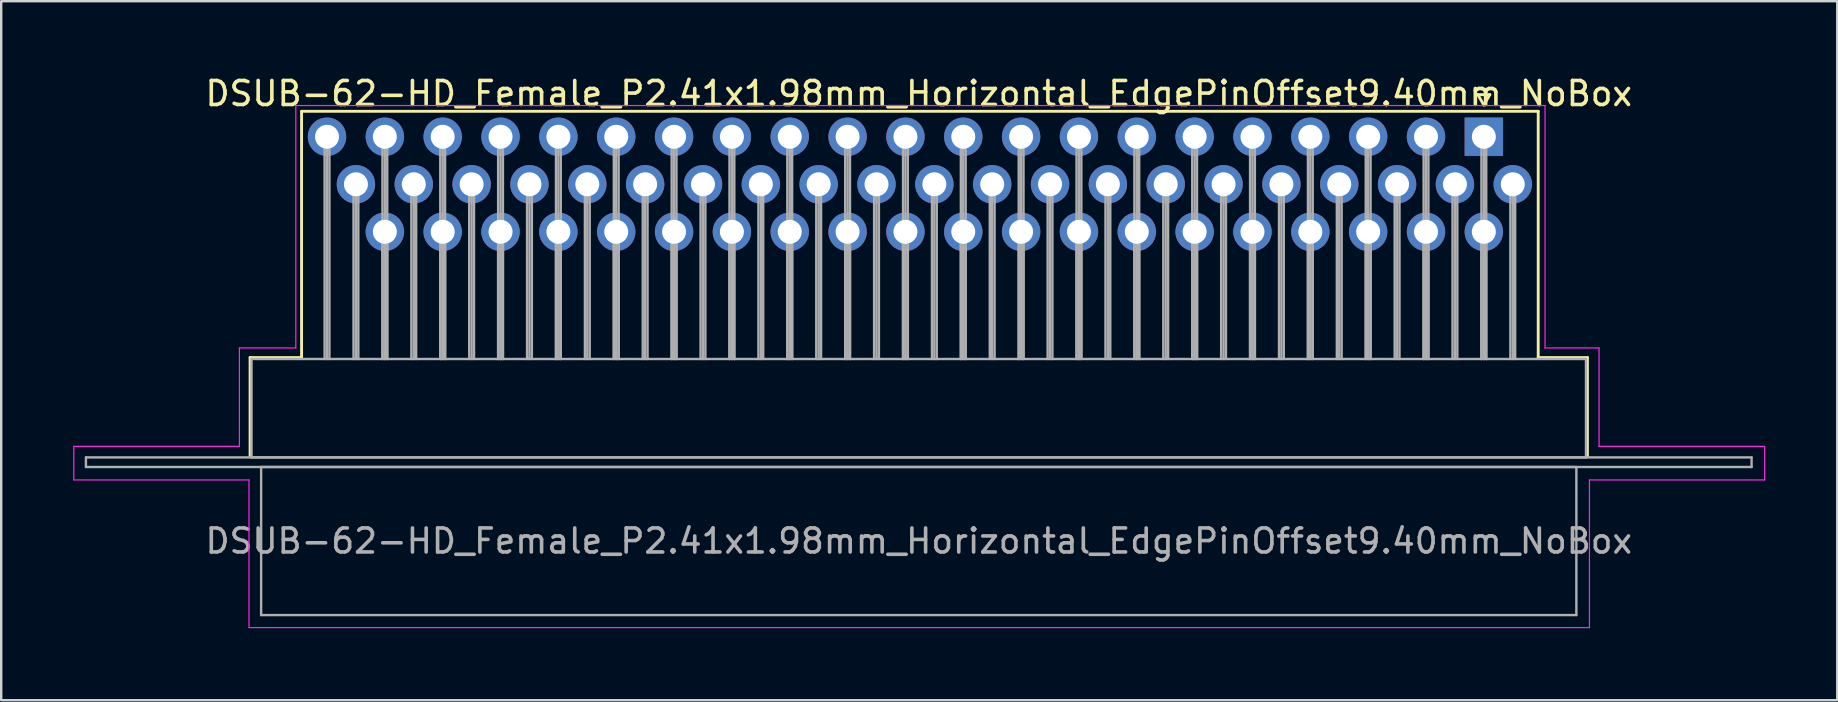
<source format=kicad_pcb>
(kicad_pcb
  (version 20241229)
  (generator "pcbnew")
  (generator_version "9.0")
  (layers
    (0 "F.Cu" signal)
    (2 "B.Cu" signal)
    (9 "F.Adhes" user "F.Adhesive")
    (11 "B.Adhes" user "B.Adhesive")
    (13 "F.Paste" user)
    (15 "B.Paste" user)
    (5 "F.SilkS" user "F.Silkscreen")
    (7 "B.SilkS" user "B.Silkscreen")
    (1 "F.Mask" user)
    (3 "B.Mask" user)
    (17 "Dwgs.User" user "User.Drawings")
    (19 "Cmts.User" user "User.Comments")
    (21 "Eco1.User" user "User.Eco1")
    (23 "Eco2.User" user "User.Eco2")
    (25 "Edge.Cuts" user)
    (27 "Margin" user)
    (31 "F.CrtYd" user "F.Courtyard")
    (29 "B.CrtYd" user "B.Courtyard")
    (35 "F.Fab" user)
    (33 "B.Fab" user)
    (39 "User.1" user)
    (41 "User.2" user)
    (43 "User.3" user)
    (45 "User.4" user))
  (footprint "DSUB-62-HD_Female_P2.41x1.98mm_Horizontal_EdgePinOffset9.40mm_NoBox"
    (layer "F.Cu")
    (at 58.775 2.648)
    (property "Reference" "DSUB-62-HD_Female_P2.41x1.98mm_Horizontal_EdgePinOffset9.40mm_NoBox" (at -23.545 -1.8 0) (layer "F.SilkS") (effects (font (size 1 1) (thickness 0.15))))
    (attr through_hole)
    (fp_line (start -51.405 9.2) (end -49.26 9.2) (stroke (width 0.12) (type solid)) (layer "F.SilkS"))
    (fp_line (start -51.405 13.3) (end -51.405 9.2) (stroke (width 0.12) (type solid)) (layer "F.SilkS"))
    (fp_line (start -49.26 -1.06) (end 2.265 -1.06) (stroke (width 0.12) (type solid)) (layer "F.SilkS"))
    (fp_line (start -49.26 9.2) (end -49.26 -1.06) (stroke (width 0.12) (type solid)) (layer "F.SilkS"))
    (fp_line (start -0.25 -1.754) (end 0.25 -1.754) (stroke (width 0.12) (type solid)) (layer "F.SilkS"))
    (fp_line (start 0 -1.321) (end -0.25 -1.754) (stroke (width 0.12) (type solid)) (layer "F.SilkS"))
    (fp_line (start 0.25 -1.754) (end 0 -1.321) (stroke (width 0.12) (type solid)) (layer "F.SilkS"))
    (fp_line (start 2.265 -1.06) (end 2.265 9.2) (stroke (width 0.12) (type solid)) (layer "F.SilkS"))
    (fp_line (start 2.265 9.2) (end 4.315 9.2) (stroke (width 0.12) (type solid)) (layer "F.SilkS"))
    (fp_line (start 4.315 9.2) (end 4.315 13.3) (stroke (width 0.12) (type solid)) (layer "F.SilkS"))
    (fp_line (start -58.75 12.9) (end -51.85 12.9) (stroke (width 0.05) (type solid)) (layer "F.CrtYd"))
    (fp_line (start -58.75 14.3) (end -58.75 12.9) (stroke (width 0.05) (type solid)) (layer "F.CrtYd"))
    (fp_line (start -51.85 8.8) (end -49.5 8.8) (stroke (width 0.05) (type solid)) (layer "F.CrtYd"))
    (fp_line (start -51.85 12.9) (end -51.85 8.8) (stroke (width 0.05) (type solid)) (layer "F.CrtYd"))
    (fp_line (start -51.45 14.3) (end -58.75 14.3) (stroke (width 0.05) (type solid)) (layer "F.CrtYd"))
    (fp_line (start -51.45 20.45) (end -51.45 14.3) (stroke (width 0.05) (type solid)) (layer "F.CrtYd"))
    (fp_line (start -49.5 -1.3) (end 2.55 -1.3) (stroke (width 0.05) (type solid)) (layer "F.CrtYd"))
    (fp_line (start -49.5 8.8) (end -49.5 -1.3) (stroke (width 0.05) (type solid)) (layer "F.CrtYd"))
    (fp_line (start 2.55 -1.3) (end 2.55 8.8) (stroke (width 0.05) (type solid)) (layer "F.CrtYd"))
    (fp_line (start 2.55 8.8) (end 4.8 8.8) (stroke (width 0.05) (type solid)) (layer "F.CrtYd"))
    (fp_line (start 4.4 14.3) (end 4.4 20.45) (stroke (width 0.05) (type solid)) (layer "F.CrtYd"))
    (fp_line (start 4.4 20.45) (end -51.45 20.45) (stroke (width 0.05) (type solid)) (layer "F.CrtYd"))
    (fp_line (start 4.8 8.8) (end 4.8 12.9) (stroke (width 0.05) (type solid)) (layer "F.CrtYd"))
    (fp_line (start 4.8 12.9) (end 11.7 12.9) (stroke (width 0.05) (type solid)) (layer "F.CrtYd"))
    (fp_line (start 11.7 12.9) (end 11.7 14.3) (stroke (width 0.05) (type solid)) (layer "F.CrtYd"))
    (fp_line (start 11.7 14.3) (end 4.4 14.3) (stroke (width 0.05) (type solid)) (layer "F.CrtYd"))
    (fp_line (start -58.245 13.36) (end -58.245 13.76) (stroke (width 0.1) (type solid)) (layer "F.Fab"))
    (fp_line (start -58.245 13.76) (end 11.155 13.76) (stroke (width 0.1) (type solid)) (layer "F.Fab"))
    (fp_line (start -51.345 9.26) (end -51.345 13.36) (stroke (width 0.1) (type solid)) (layer "F.Fab"))
    (fp_line (start -51.345 13.36) (end 4.255 13.36) (stroke (width 0.1) (type solid)) (layer "F.Fab"))
    (fp_line (start -50.945 13.76) (end -50.945 19.93) (stroke (width 0.1) (type solid)) (layer "F.Fab"))
    (fp_line (start -50.945 19.93) (end 3.855 19.93) (stroke (width 0.1) (type solid)) (layer "F.Fab"))
    (fp_line (start -48.3 0) (end -48.3 9.26) (stroke (width 0.1) (type solid)) (layer "F.Fab"))
    (fp_line (start -48.2 0) (end -48.2 9.26) (stroke (width 0.1) (type solid)) (layer "F.Fab"))
    (fp_line (start -48.1 0) (end -48.1 9.26) (stroke (width 0.1) (type solid)) (layer "F.Fab"))
    (fp_line (start -47.095 1.98) (end -47.095 9.26) (stroke (width 0.1) (type solid)) (layer "F.Fab"))
    (fp_line (start -46.995 1.98) (end -46.995 9.26) (stroke (width 0.1) (type solid)) (layer "F.Fab"))
    (fp_line (start -46.895 1.98) (end -46.895 9.26) (stroke (width 0.1) (type solid)) (layer "F.Fab"))
    (fp_line (start -45.89 0) (end -45.89 9.26) (stroke (width 0.1) (type solid)) (layer "F.Fab"))
    (fp_line (start -45.89 3.96) (end -45.89 9.26) (stroke (width 0.1) (type solid)) (layer "F.Fab"))
    (fp_line (start -45.79 0) (end -45.79 9.26) (stroke (width 0.1) (type solid)) (layer "F.Fab"))
    (fp_line (start -45.79 3.96) (end -45.79 9.26) (stroke (width 0.1) (type solid)) (layer "F.Fab"))
    (fp_line (start -45.69 0) (end -45.69 9.26) (stroke (width 0.1) (type solid)) (layer "F.Fab"))
    (fp_line (start -45.69 3.96) (end -45.69 9.26) (stroke (width 0.1) (type solid)) (layer "F.Fab"))
    (fp_line (start -44.685 1.98) (end -44.685 9.26) (stroke (width 0.1) (type solid)) (layer "F.Fab"))
    (fp_line (start -44.585 1.98) (end -44.585 9.26) (stroke (width 0.1) (type solid)) (layer "F.Fab"))
    (fp_line (start -44.485 1.98) (end -44.485 9.26) (stroke (width 0.1) (type solid)) (layer "F.Fab"))
    (fp_line (start -43.48 0) (end -43.48 9.26) (stroke (width 0.1) (type solid)) (layer "F.Fab"))
    (fp_line (start -43.48 3.96) (end -43.48 9.26) (stroke (width 0.1) (type solid)) (layer "F.Fab"))
    (fp_line (start -43.38 0) (end -43.38 9.26) (stroke (width 0.1) (type solid)) (layer "F.Fab"))
    (fp_line (start -43.38 3.96) (end -43.38 9.26) (stroke (width 0.1) (type solid)) (layer "F.Fab"))
    (fp_line (start -43.28 0) (end -43.28 9.26) (stroke (width 0.1) (type solid)) (layer "F.Fab"))
    (fp_line (start -43.28 3.96) (end -43.28 9.26) (stroke (width 0.1) (type solid)) (layer "F.Fab"))
    (fp_line (start -42.275 1.98) (end -42.275 9.26) (stroke (width 0.1) (type solid)) (layer "F.Fab"))
    (fp_line (start -42.175 1.98) (end -42.175 9.26) (stroke (width 0.1) (type solid)) (layer "F.Fab"))
    (fp_line (start -42.075 1.98) (end -42.075 9.26) (stroke (width 0.1) (type solid)) (layer "F.Fab"))
    (fp_line (start -41.07 0) (end -41.07 9.26) (stroke (width 0.1) (type solid)) (layer "F.Fab"))
    (fp_line (start -41.07 3.96) (end -41.07 9.26) (stroke (width 0.1) (type solid)) (layer "F.Fab"))
    (fp_line (start -40.97 0) (end -40.97 9.26) (stroke (width 0.1) (type solid)) (layer "F.Fab"))
    (fp_line (start -40.97 3.96) (end -40.97 9.26) (stroke (width 0.1) (type solid)) (layer "F.Fab"))
    (fp_line (start -40.87 0) (end -40.87 9.26) (stroke (width 0.1) (type solid)) (layer "F.Fab"))
    (fp_line (start -40.87 3.96) (end -40.87 9.26) (stroke (width 0.1) (type solid)) (layer "F.Fab"))
    (fp_line (start -39.865 1.98) (end -39.865 9.26) (stroke (width 0.1) (type solid)) (layer "F.Fab"))
    (fp_line (start -39.765 1.98) (end -39.765 9.26) (stroke (width 0.1) (type solid)) (layer "F.Fab"))
    (fp_line (start -39.665 1.98) (end -39.665 9.26) (stroke (width 0.1) (type solid)) (layer "F.Fab"))
    (fp_line (start -38.66 0) (end -38.66 9.26) (stroke (width 0.1) (type solid)) (layer "F.Fab"))
    (fp_line (start -38.66 3.96) (end -38.66 9.26) (stroke (width 0.1) (type solid)) (layer "F.Fab"))
    (fp_line (start -38.56 0) (end -38.56 9.26) (stroke (width 0.1) (type solid)) (layer "F.Fab"))
    (fp_line (start -38.56 3.96) (end -38.56 9.26) (stroke (width 0.1) (type solid)) (layer "F.Fab"))
    (fp_line (start -38.46 0) (end -38.46 9.26) (stroke (width 0.1) (type solid)) (layer "F.Fab"))
    (fp_line (start -38.46 3.96) (end -38.46 9.26) (stroke (width 0.1) (type solid)) (layer "F.Fab"))
    (fp_line (start -37.455 1.98) (end -37.455 9.26) (stroke (width 0.1) (type solid)) (layer "F.Fab"))
    (fp_line (start -37.355 1.98) (end -37.355 9.26) (stroke (width 0.1) (type solid)) (layer "F.Fab"))
    (fp_line (start -37.255 1.98) (end -37.255 9.26) (stroke (width 0.1) (type solid)) (layer "F.Fab"))
    (fp_line (start -36.25 0) (end -36.25 9.26) (stroke (width 0.1) (type solid)) (layer "F.Fab"))
    (fp_line (start -36.25 3.96) (end -36.25 9.26) (stroke (width 0.1) (type solid)) (layer "F.Fab"))
    (fp_line (start -36.15 0) (end -36.15 9.26) (stroke (width 0.1) (type solid)) (layer "F.Fab"))
    (fp_line (start -36.15 3.96) (end -36.15 9.26) (stroke (width 0.1) (type solid)) (layer "F.Fab"))
    (fp_line (start -36.05 0) (end -36.05 9.26) (stroke (width 0.1) (type solid)) (layer "F.Fab"))
    (fp_line (start -36.05 3.96) (end -36.05 9.26) (stroke (width 0.1) (type solid)) (layer "F.Fab"))
    (fp_line (start -35.045 1.98) (end -35.045 9.26) (stroke (width 0.1) (type solid)) (layer "F.Fab"))
    (fp_line (start -34.945 1.98) (end -34.945 9.26) (stroke (width 0.1) (type solid)) (layer "F.Fab"))
    (fp_line (start -34.845 1.98) (end -34.845 9.26) (stroke (width 0.1) (type solid)) (layer "F.Fab"))
    (fp_line (start -33.84 0) (end -33.84 9.26) (stroke (width 0.1) (type solid)) (layer "F.Fab"))
    (fp_line (start -33.84 3.96) (end -33.84 9.26) (stroke (width 0.1) (type solid)) (layer "F.Fab"))
    (fp_line (start -33.74 0) (end -33.74 9.26) (stroke (width 0.1) (type solid)) (layer "F.Fab"))
    (fp_line (start -33.74 3.96) (end -33.74 9.26) (stroke (width 0.1) (type solid)) (layer "F.Fab"))
    (fp_line (start -33.64 0) (end -33.64 9.26) (stroke (width 0.1) (type solid)) (layer "F.Fab"))
    (fp_line (start -33.64 3.96) (end -33.64 9.26) (stroke (width 0.1) (type solid)) (layer "F.Fab"))
    (fp_line (start -32.635 1.98) (end -32.635 9.26) (stroke (width 0.1) (type solid)) (layer "F.Fab"))
    (fp_line (start -32.535 1.98) (end -32.535 9.26) (stroke (width 0.1) (type solid)) (layer "F.Fab"))
    (fp_line (start -32.435 1.98) (end -32.435 9.26) (stroke (width 0.1) (type solid)) (layer "F.Fab"))
    (fp_line (start -31.43 0) (end -31.43 9.26) (stroke (width 0.1) (type solid)) (layer "F.Fab"))
    (fp_line (start -31.43 3.96) (end -31.43 9.26) (stroke (width 0.1) (type solid)) (layer "F.Fab"))
    (fp_line (start -31.33 0) (end -31.33 9.26) (stroke (width 0.1) (type solid)) (layer "F.Fab"))
    (fp_line (start -31.33 3.96) (end -31.33 9.26) (stroke (width 0.1) (type solid)) (layer "F.Fab"))
    (fp_line (start -31.23 0) (end -31.23 9.26) (stroke (width 0.1) (type solid)) (layer "F.Fab"))
    (fp_line (start -31.23 3.96) (end -31.23 9.26) (stroke (width 0.1) (type solid)) (layer "F.Fab"))
    (fp_line (start -30.225 1.98) (end -30.225 9.26) (stroke (width 0.1) (type solid)) (layer "F.Fab"))
    (fp_line (start -30.125 1.98) (end -30.125 9.26) (stroke (width 0.1) (type solid)) (layer "F.Fab"))
    (fp_line (start -30.025 1.98) (end -30.025 9.26) (stroke (width 0.1) (type solid)) (layer "F.Fab"))
    (fp_line (start -29.02 0) (end -29.02 9.26) (stroke (width 0.1) (type solid)) (layer "F.Fab"))
    (fp_line (start -29.02 3.96) (end -29.02 9.26) (stroke (width 0.1) (type solid)) (layer "F.Fab"))
    (fp_line (start -28.92 0) (end -28.92 9.26) (stroke (width 0.1) (type solid)) (layer "F.Fab"))
    (fp_line (start -28.92 3.96) (end -28.92 9.26) (stroke (width 0.1) (type solid)) (layer "F.Fab"))
    (fp_line (start -28.82 0) (end -28.82 9.26) (stroke (width 0.1) (type solid)) (layer "F.Fab"))
    (fp_line (start -28.82 3.96) (end -28.82 9.26) (stroke (width 0.1) (type solid)) (layer "F.Fab"))
    (fp_line (start -27.815 1.98) (end -27.815 9.26) (stroke (width 0.1) (type solid)) (layer "F.Fab"))
    (fp_line (start -27.715 1.98) (end -27.715 9.26) (stroke (width 0.1) (type solid)) (layer "F.Fab"))
    (fp_line (start -27.615 1.98) (end -27.615 9.26) (stroke (width 0.1) (type solid)) (layer "F.Fab"))
    (fp_line (start -26.61 0) (end -26.61 9.26) (stroke (width 0.1) (type solid)) (layer "F.Fab"))
    (fp_line (start -26.61 3.96) (end -26.61 9.26) (stroke (width 0.1) (type solid)) (layer "F.Fab"))
    (fp_line (start -26.51 0) (end -26.51 9.26) (stroke (width 0.1) (type solid)) (layer "F.Fab"))
    (fp_line (start -26.51 3.96) (end -26.51 9.26) (stroke (width 0.1) (type solid)) (layer "F.Fab"))
    (fp_line (start -26.41 0) (end -26.41 9.26) (stroke (width 0.1) (type solid)) (layer "F.Fab"))
    (fp_line (start -26.41 3.96) (end -26.41 9.26) (stroke (width 0.1) (type solid)) (layer "F.Fab"))
    (fp_line (start -25.405 1.98) (end -25.405 9.26) (stroke (width 0.1) (type solid)) (layer "F.Fab"))
    (fp_line (start -25.305 1.98) (end -25.305 9.26) (stroke (width 0.1) (type solid)) (layer "F.Fab"))
    (fp_line (start -25.205 1.98) (end -25.205 9.26) (stroke (width 0.1) (type solid)) (layer "F.Fab"))
    (fp_line (start -24.2 0) (end -24.2 9.26) (stroke (width 0.1) (type solid)) (layer "F.Fab"))
    (fp_line (start -24.2 3.96) (end -24.2 9.26) (stroke (width 0.1) (type solid)) (layer "F.Fab"))
    (fp_line (start -24.1 0) (end -24.1 9.26) (stroke (width 0.1) (type solid)) (layer "F.Fab"))
    (fp_line (start -24.1 3.96) (end -24.1 9.26) (stroke (width 0.1) (type solid)) (layer "F.Fab"))
    (fp_line (start -24 0) (end -24 9.26) (stroke (width 0.1) (type solid)) (layer "F.Fab"))
    (fp_line (start -24 3.96) (end -24 9.26) (stroke (width 0.1) (type solid)) (layer "F.Fab"))
    (fp_line (start -22.995 1.98) (end -22.995 9.26) (stroke (width 0.1) (type solid)) (layer "F.Fab"))
    (fp_line (start -22.895 1.98) (end -22.895 9.26) (stroke (width 0.1) (type solid)) (layer "F.Fab"))
    (fp_line (start -22.795 1.98) (end -22.795 9.26) (stroke (width 0.1) (type solid)) (layer "F.Fab"))
    (fp_line (start -21.79 0) (end -21.79 9.26) (stroke (width 0.1) (type solid)) (layer "F.Fab"))
    (fp_line (start -21.79 3.96) (end -21.79 9.26) (stroke (width 0.1) (type solid)) (layer "F.Fab"))
    (fp_line (start -21.69 0) (end -21.69 9.26) (stroke (width 0.1) (type solid)) (layer "F.Fab"))
    (fp_line (start -21.69 3.96) (end -21.69 9.26) (stroke (width 0.1) (type solid)) (layer "F.Fab"))
    (fp_line (start -21.59 0) (end -21.59 9.26) (stroke (width 0.1) (type solid)) (layer "F.Fab"))
    (fp_line (start -21.59 3.96) (end -21.59 9.26) (stroke (width 0.1) (type solid)) (layer "F.Fab"))
    (fp_line (start -20.585 1.98) (end -20.585 9.26) (stroke (width 0.1) (type solid)) (layer "F.Fab"))
    (fp_line (start -20.485 1.98) (end -20.485 9.26) (stroke (width 0.1) (type solid)) (layer "F.Fab"))
    (fp_line (start -20.385 1.98) (end -20.385 9.26) (stroke (width 0.1) (type solid)) (layer "F.Fab"))
    (fp_line (start -19.38 0) (end -19.38 9.26) (stroke (width 0.1) (type solid)) (layer "F.Fab"))
    (fp_line (start -19.38 3.96) (end -19.38 9.26) (stroke (width 0.1) (type solid)) (layer "F.Fab"))
    (fp_line (start -19.28 0) (end -19.28 9.26) (stroke (width 0.1) (type solid)) (layer "F.Fab"))
    (fp_line (start -19.28 3.96) (end -19.28 9.26) (stroke (width 0.1) (type solid)) (layer "F.Fab"))
    (fp_line (start -19.18 0) (end -19.18 9.26) (stroke (width 0.1) (type solid)) (layer "F.Fab"))
    (fp_line (start -19.18 3.96) (end -19.18 9.26) (stroke (width 0.1) (type solid)) (layer "F.Fab"))
    (fp_line (start -18.175 1.98) (end -18.175 9.26) (stroke (width 0.1) (type solid)) (layer "F.Fab"))
    (fp_line (start -18.075 1.98) (end -18.075 9.26) (stroke (width 0.1) (type solid)) (layer "F.Fab"))
    (fp_line (start -17.975 1.98) (end -17.975 9.26) (stroke (width 0.1) (type solid)) (layer "F.Fab"))
    (fp_line (start -16.97 0) (end -16.97 9.26) (stroke (width 0.1) (type solid)) (layer "F.Fab"))
    (fp_line (start -16.97 3.96) (end -16.97 9.26) (stroke (width 0.1) (type solid)) (layer "F.Fab"))
    (fp_line (start -16.87 0) (end -16.87 9.26) (stroke (width 0.1) (type solid)) (layer "F.Fab"))
    (fp_line (start -16.87 3.96) (end -16.87 9.26) (stroke (width 0.1) (type solid)) (layer "F.Fab"))
    (fp_line (start -16.77 0) (end -16.77 9.26) (stroke (width 0.1) (type solid)) (layer "F.Fab"))
    (fp_line (start -16.77 3.96) (end -16.77 9.26) (stroke (width 0.1) (type solid)) (layer "F.Fab"))
    (fp_line (start -15.765 1.98) (end -15.765 9.26) (stroke (width 0.1) (type solid)) (layer "F.Fab"))
    (fp_line (start -15.665 1.98) (end -15.665 9.26) (stroke (width 0.1) (type solid)) (layer "F.Fab"))
    (fp_line (start -15.565 1.98) (end -15.565 9.26) (stroke (width 0.1) (type solid)) (layer "F.Fab"))
    (fp_line (start -14.56 0) (end -14.56 9.26) (stroke (width 0.1) (type solid)) (layer "F.Fab"))
    (fp_line (start -14.56 3.96) (end -14.56 9.26) (stroke (width 0.1) (type solid)) (layer "F.Fab"))
    (fp_line (start -14.46 0) (end -14.46 9.26) (stroke (width 0.1) (type solid)) (layer "F.Fab"))
    (fp_line (start -14.46 3.96) (end -14.46 9.26) (stroke (width 0.1) (type solid)) (layer "F.Fab"))
    (fp_line (start -14.36 0) (end -14.36 9.26) (stroke (width 0.1) (type solid)) (layer "F.Fab"))
    (fp_line (start -14.36 3.96) (end -14.36 9.26) (stroke (width 0.1) (type solid)) (layer "F.Fab"))
    (fp_line (start -13.355 1.98) (end -13.355 9.26) (stroke (width 0.1) (type solid)) (layer "F.Fab"))
    (fp_line (start -13.255 1.98) (end -13.255 9.26) (stroke (width 0.1) (type solid)) (layer "F.Fab"))
    (fp_line (start -13.155 1.98) (end -13.155 9.26) (stroke (width 0.1) (type solid)) (layer "F.Fab"))
    (fp_line (start -12.15 0) (end -12.15 9.26) (stroke (width 0.1) (type solid)) (layer "F.Fab"))
    (fp_line (start -12.15 3.96) (end -12.15 9.26) (stroke (width 0.1) (type solid)) (layer "F.Fab"))
    (fp_line (start -12.05 0) (end -12.05 9.26) (stroke (width 0.1) (type solid)) (layer "F.Fab"))
    (fp_line (start -12.05 3.96) (end -12.05 9.26) (stroke (width 0.1) (type solid)) (layer "F.Fab"))
    (fp_line (start -11.95 0) (end -11.95 9.26) (stroke (width 0.1) (type solid)) (layer "F.Fab"))
    (fp_line (start -11.95 3.96) (end -11.95 9.26) (stroke (width 0.1) (type solid)) (layer "F.Fab"))
    (fp_line (start -10.945 1.98) (end -10.945 9.26) (stroke (width 0.1) (type solid)) (layer "F.Fab"))
    (fp_line (start -10.845 1.98) (end -10.845 9.26) (stroke (width 0.1) (type solid)) (layer "F.Fab"))
    (fp_line (start -10.745 1.98) (end -10.745 9.26) (stroke (width 0.1) (type solid)) (layer "F.Fab"))
    (fp_line (start -9.74 0) (end -9.74 9.26) (stroke (width 0.1) (type solid)) (layer "F.Fab"))
    (fp_line (start -9.74 3.96) (end -9.74 9.26) (stroke (width 0.1) (type solid)) (layer "F.Fab"))
    (fp_line (start -9.64 0) (end -9.64 9.26) (stroke (width 0.1) (type solid)) (layer "F.Fab"))
    (fp_line (start -9.64 3.96) (end -9.64 9.26) (stroke (width 0.1) (type solid)) (layer "F.Fab"))
    (fp_line (start -9.54 0) (end -9.54 9.26) (stroke (width 0.1) (type solid)) (layer "F.Fab"))
    (fp_line (start -9.54 3.96) (end -9.54 9.26) (stroke (width 0.1) (type solid)) (layer "F.Fab"))
    (fp_line (start -8.535 1.98) (end -8.535 9.26) (stroke (width 0.1) (type solid)) (layer "F.Fab"))
    (fp_line (start -8.435 1.98) (end -8.435 9.26) (stroke (width 0.1) (type solid)) (layer "F.Fab"))
    (fp_line (start -8.335 1.98) (end -8.335 9.26) (stroke (width 0.1) (type solid)) (layer "F.Fab"))
    (fp_line (start -7.33 0) (end -7.33 9.26) (stroke (width 0.1) (type solid)) (layer "F.Fab"))
    (fp_line (start -7.33 3.96) (end -7.33 9.26) (stroke (width 0.1) (type solid)) (layer "F.Fab"))
    (fp_line (start -7.23 0) (end -7.23 9.26) (stroke (width 0.1) (type solid)) (layer "F.Fab"))
    (fp_line (start -7.23 3.96) (end -7.23 9.26) (stroke (width 0.1) (type solid)) (layer "F.Fab"))
    (fp_line (start -7.13 0) (end -7.13 9.26) (stroke (width 0.1) (type solid)) (layer "F.Fab"))
    (fp_line (start -7.13 3.96) (end -7.13 9.26) (stroke (width 0.1) (type solid)) (layer "F.Fab"))
    (fp_line (start -6.125 1.98) (end -6.125 9.26) (stroke (width 0.1) (type solid)) (layer "F.Fab"))
    (fp_line (start -6.025 1.98) (end -6.025 9.26) (stroke (width 0.1) (type solid)) (layer "F.Fab"))
    (fp_line (start -5.925 1.98) (end -5.925 9.26) (stroke (width 0.1) (type solid)) (layer "F.Fab"))
    (fp_line (start -4.92 0) (end -4.92 9.26) (stroke (width 0.1) (type solid)) (layer "F.Fab"))
    (fp_line (start -4.92 3.96) (end -4.92 9.26) (stroke (width 0.1) (type solid)) (layer "F.Fab"))
    (fp_line (start -4.82 0) (end -4.82 9.26) (stroke (width 0.1) (type solid)) (layer "F.Fab"))
    (fp_line (start -4.82 3.96) (end -4.82 9.26) (stroke (width 0.1) (type solid)) (layer "F.Fab"))
    (fp_line (start -4.72 0) (end -4.72 9.26) (stroke (width 0.1) (type solid)) (layer "F.Fab"))
    (fp_line (start -4.72 3.96) (end -4.72 9.26) (stroke (width 0.1) (type solid)) (layer "F.Fab"))
    (fp_line (start -3.715 1.98) (end -3.715 9.26) (stroke (width 0.1) (type solid)) (layer "F.Fab"))
    (fp_line (start -3.615 1.98) (end -3.615 9.26) (stroke (width 0.1) (type solid)) (layer "F.Fab"))
    (fp_line (start -3.515 1.98) (end -3.515 9.26) (stroke (width 0.1) (type solid)) (layer "F.Fab"))
    (fp_line (start -2.51 0) (end -2.51 9.26) (stroke (width 0.1) (type solid)) (layer "F.Fab"))
    (fp_line (start -2.51 3.96) (end -2.51 9.26) (stroke (width 0.1) (type solid)) (layer "F.Fab"))
    (fp_line (start -2.41 0) (end -2.41 9.26) (stroke (width 0.1) (type solid)) (layer "F.Fab"))
    (fp_line (start -2.41 3.96) (end -2.41 9.26) (stroke (width 0.1) (type solid)) (layer "F.Fab"))
    (fp_line (start -2.31 0) (end -2.31 9.26) (stroke (width 0.1) (type solid)) (layer "F.Fab"))
    (fp_line (start -2.31 3.96) (end -2.31 9.26) (stroke (width 0.1) (type solid)) (layer "F.Fab"))
    (fp_line (start -1.305 1.98) (end -1.305 9.26) (stroke (width 0.1) (type solid)) (layer "F.Fab"))
    (fp_line (start -1.205 1.98) (end -1.205 9.26) (stroke (width 0.1) (type solid)) (layer "F.Fab"))
    (fp_line (start -1.105 1.98) (end -1.105 9.26) (stroke (width 0.1) (type solid)) (layer "F.Fab"))
    (fp_line (start -0.1 0) (end -0.1 9.26) (stroke (width 0.1) (type solid)) (layer "F.Fab"))
    (fp_line (start -0.1 3.96) (end -0.1 9.26) (stroke (width 0.1) (type solid)) (layer "F.Fab"))
    (fp_line (start 0 0) (end 0 9.26) (stroke (width 0.1) (type solid)) (layer "F.Fab"))
    (fp_line (start 0 3.96) (end 0 9.26) (stroke (width 0.1) (type solid)) (layer "F.Fab"))
    (fp_line (start 0.1 0) (end 0.1 9.26) (stroke (width 0.1) (type solid)) (layer "F.Fab"))
    (fp_line (start 0.1 3.96) (end 0.1 9.26) (stroke (width 0.1) (type solid)) (layer "F.Fab"))
    (fp_line (start 1.105 1.98) (end 1.105 9.26) (stroke (width 0.1) (type solid)) (layer "F.Fab"))
    (fp_line (start 1.205 1.98) (end 1.205 9.26) (stroke (width 0.1) (type solid)) (layer "F.Fab"))
    (fp_line (start 1.305 1.98) (end 1.305 9.26) (stroke (width 0.1) (type solid)) (layer "F.Fab"))
    (fp_line (start 3.855 13.76) (end -50.945 13.76) (stroke (width 0.1) (type solid)) (layer "F.Fab"))
    (fp_line (start 3.855 19.93) (end 3.855 13.76) (stroke (width 0.1) (type solid)) (layer "F.Fab"))
    (fp_line (start 4.255 9.26) (end -51.345 9.26) (stroke (width 0.1) (type solid)) (layer "F.Fab"))
    (fp_line (start 4.255 13.36) (end 4.255 9.26) (stroke (width 0.1) (type solid)) (layer "F.Fab"))
    (fp_line (start 11.155 13.36) (end -58.245 13.36) (stroke (width 0.1) (type solid)) (layer "F.Fab"))
    (fp_line (start 11.155 13.76) (end 11.155 13.36) (stroke (width 0.1) (type solid)) (layer "F.Fab"))
    (fp_text user "${REFERENCE}" (at -23.545 16.845 0) (layer "F.Fab") (effects (font (size 1 1) (thickness 0.15))))
    (pad "1" thru_hole rect (at 0 0) (size 1.6 1.6) (drill 1) (layers "*.Cu" "*.Mask"))
    (pad "2" thru_hole circle (at -2.41 0) (size 1.6 1.6) (drill 1) (layers "*.Cu" "*.Mask"))
    (pad "3" thru_hole circle (at -4.82 0) (size 1.6 1.6) (drill 1) (layers "*.Cu" "*.Mask"))
    (pad "4" thru_hole circle (at -7.23 0) (size 1.6 1.6) (drill 1) (layers "*.Cu" "*.Mask"))
    (pad "5" thru_hole circle (at -9.64 0) (size 1.6 1.6) (drill 1) (layers "*.Cu" "*.Mask"))
    (pad "6" thru_hole circle (at -12.05 0) (size 1.6 1.6) (drill 1) (layers "*.Cu" "*.Mask"))
    (pad "7" thru_hole circle (at -14.46 0) (size 1.6 1.6) (drill 1) (layers "*.Cu" "*.Mask"))
    (pad "8" thru_hole circle (at -16.87 0) (size 1.6 1.6) (drill 1) (layers "*.Cu" "*.Mask"))
    (pad "9" thru_hole circle (at -19.28 0) (size 1.6 1.6) (drill 1) (layers "*.Cu" "*.Mask"))
    (pad "10" thru_hole circle (at -21.69 0) (size 1.6 1.6) (drill 1) (layers "*.Cu" "*.Mask"))
    (pad "11" thru_hole circle (at -24.1 0) (size 1.6 1.6) (drill 1) (layers "*.Cu" "*.Mask"))
    (pad "12" thru_hole circle (at -26.51 0) (size 1.6 1.6) (drill 1) (layers "*.Cu" "*.Mask"))
    (pad "13" thru_hole circle (at -28.92 0) (size 1.6 1.6) (drill 1) (layers "*.Cu" "*.Mask"))
    (pad "14" thru_hole circle (at -31.33 0) (size 1.6 1.6) (drill 1) (layers "*.Cu" "*.Mask"))
    (pad "15" thru_hole circle (at -33.74 0) (size 1.6 1.6) (drill 1) (layers "*.Cu" "*.Mask"))
    (pad "16" thru_hole circle (at -36.15 0) (size 1.6 1.6) (drill 1) (layers "*.Cu" "*.Mask"))
    (pad "17" thru_hole circle (at -38.56 0) (size 1.6 1.6) (drill 1) (layers "*.Cu" "*.Mask"))
    (pad "18" thru_hole circle (at -40.97 0) (size 1.6 1.6) (drill 1) (layers "*.Cu" "*.Mask"))
    (pad "19" thru_hole circle (at -43.38 0) (size 1.6 1.6) (drill 1) (layers "*.Cu" "*.Mask"))
    (pad "20" thru_hole circle (at -45.79 0) (size 1.6 1.6) (drill 1) (layers "*.Cu" "*.Mask"))
    (pad "21" thru_hole circle (at -48.2 0) (size 1.6 1.6) (drill 1) (layers "*.Cu" "*.Mask"))
    (pad "22" thru_hole circle (at 1.205 1.98) (size 1.6 1.6) (drill 1) (layers "*.Cu" "*.Mask"))
    (pad "23" thru_hole circle (at -1.205 1.98) (size 1.6 1.6) (drill 1) (layers "*.Cu" "*.Mask"))
    (pad "24" thru_hole circle (at -3.615 1.98) (size 1.6 1.6) (drill 1) (layers "*.Cu" "*.Mask"))
    (pad "25" thru_hole circle (at -6.025 1.98) (size 1.6 1.6) (drill 1) (layers "*.Cu" "*.Mask"))
    (pad "26" thru_hole circle (at -8.435 1.98) (size 1.6 1.6) (drill 1) (layers "*.Cu" "*.Mask"))
    (pad "27" thru_hole circle (at -10.845 1.98) (size 1.6 1.6) (drill 1) (layers "*.Cu" "*.Mask"))
    (pad "28" thru_hole circle (at -13.255 1.98) (size 1.6 1.6) (drill 1) (layers "*.Cu" "*.Mask"))
    (pad "29" thru_hole circle (at -15.665 1.98) (size 1.6 1.6) (drill 1) (layers "*.Cu" "*.Mask"))
    (pad "30" thru_hole circle (at -18.075 1.98) (size 1.6 1.6) (drill 1) (layers "*.Cu" "*.Mask"))
    (pad "31" thru_hole circle (at -20.485 1.98) (size 1.6 1.6) (drill 1) (layers "*.Cu" "*.Mask"))
    (pad "32" thru_hole circle (at -22.895 1.98) (size 1.6 1.6) (drill 1) (layers "*.Cu" "*.Mask"))
    (pad "33" thru_hole circle (at -25.305 1.98) (size 1.6 1.6) (drill 1) (layers "*.Cu" "*.Mask"))
    (pad "34" thru_hole circle (at -27.715 1.98) (size 1.6 1.6) (drill 1) (layers "*.Cu" "*.Mask"))
    (pad "35" thru_hole circle (at -30.125 1.98) (size 1.6 1.6) (drill 1) (layers "*.Cu" "*.Mask"))
    (pad "36" thru_hole circle (at -32.535 1.98) (size 1.6 1.6) (drill 1) (layers "*.Cu" "*.Mask"))
    (pad "37" thru_hole circle (at -34.945 1.98) (size 1.6 1.6) (drill 1) (layers "*.Cu" "*.Mask"))
    (pad "38" thru_hole circle (at -37.355 1.98) (size 1.6 1.6) (drill 1) (layers "*.Cu" "*.Mask"))
    (pad "39" thru_hole circle (at -39.765 1.98) (size 1.6 1.6) (drill 1) (layers "*.Cu" "*.Mask"))
    (pad "40" thru_hole circle (at -42.175 1.98) (size 1.6 1.6) (drill 1) (layers "*.Cu" "*.Mask"))
    (pad "41" thru_hole circle (at -44.585 1.98) (size 1.6 1.6) (drill 1) (layers "*.Cu" "*.Mask"))
    (pad "42" thru_hole circle (at -46.995 1.98) (size 1.6 1.6) (drill 1) (layers "*.Cu" "*.Mask"))
    (pad "43" thru_hole circle (at 0 3.96) (size 1.6 1.6) (drill 1) (layers "*.Cu" "*.Mask"))
    (pad "44" thru_hole circle (at -2.41 3.96) (size 1.6 1.6) (drill 1) (layers "*.Cu" "*.Mask"))
    (pad "45" thru_hole circle (at -4.82 3.96) (size 1.6 1.6) (drill 1) (layers "*.Cu" "*.Mask"))
    (pad "46" thru_hole circle (at -7.23 3.96) (size 1.6 1.6) (drill 1) (layers "*.Cu" "*.Mask"))
    (pad "47" thru_hole circle (at -9.64 3.96) (size 1.6 1.6) (drill 1) (layers "*.Cu" "*.Mask"))
    (pad "48" thru_hole circle (at -12.05 3.96) (size 1.6 1.6) (drill 1) (layers "*.Cu" "*.Mask"))
    (pad "49" thru_hole circle (at -14.46 3.96) (size 1.6 1.6) (drill 1) (layers "*.Cu" "*.Mask"))
    (pad "50" thru_hole circle (at -16.87 3.96) (size 1.6 1.6) (drill 1) (layers "*.Cu" "*.Mask"))
    (pad "51" thru_hole circle (at -19.28 3.96) (size 1.6 1.6) (drill 1) (layers "*.Cu" "*.Mask"))
    (pad "52" thru_hole circle (at -21.69 3.96) (size 1.6 1.6) (drill 1) (layers "*.Cu" "*.Mask"))
    (pad "53" thru_hole circle (at -24.1 3.96) (size 1.6 1.6) (drill 1) (layers "*.Cu" "*.Mask"))
    (pad "54" thru_hole circle (at -26.51 3.96) (size 1.6 1.6) (drill 1) (layers "*.Cu" "*.Mask"))
    (pad "55" thru_hole circle (at -28.92 3.96) (size 1.6 1.6) (drill 1) (layers "*.Cu" "*.Mask"))
    (pad "56" thru_hole circle (at -31.33 3.96) (size 1.6 1.6) (drill 1) (layers "*.Cu" "*.Mask"))
    (pad "57" thru_hole circle (at -33.74 3.96) (size 1.6 1.6) (drill 1) (layers "*.Cu" "*.Mask"))
    (pad "58" thru_hole circle (at -36.15 3.96) (size 1.6 1.6) (drill 1) (layers "*.Cu" "*.Mask"))
    (pad "59" thru_hole circle (at -38.56 3.96) (size 1.6 1.6) (drill 1) (layers "*.Cu" "*.Mask"))
    (pad "60" thru_hole circle (at -40.97 3.96) (size 1.6 1.6) (drill 1) (layers "*.Cu" "*.Mask"))
    (pad "61" thru_hole circle (at -43.38 3.96) (size 1.6 1.6) (drill 1) (layers "*.Cu" "*.Mask"))
    (pad "62" thru_hole circle (at -45.79 3.96) (size 1.6 1.6) (drill 1) (layers "*.Cu" "*.Mask")))
  (gr_rect
    (start -3 -3)
    (end 73.5 26.123)
    (stroke (width 0.1) (type default))
    (fill no)
    (layer "Edge.Cuts")))
</source>
